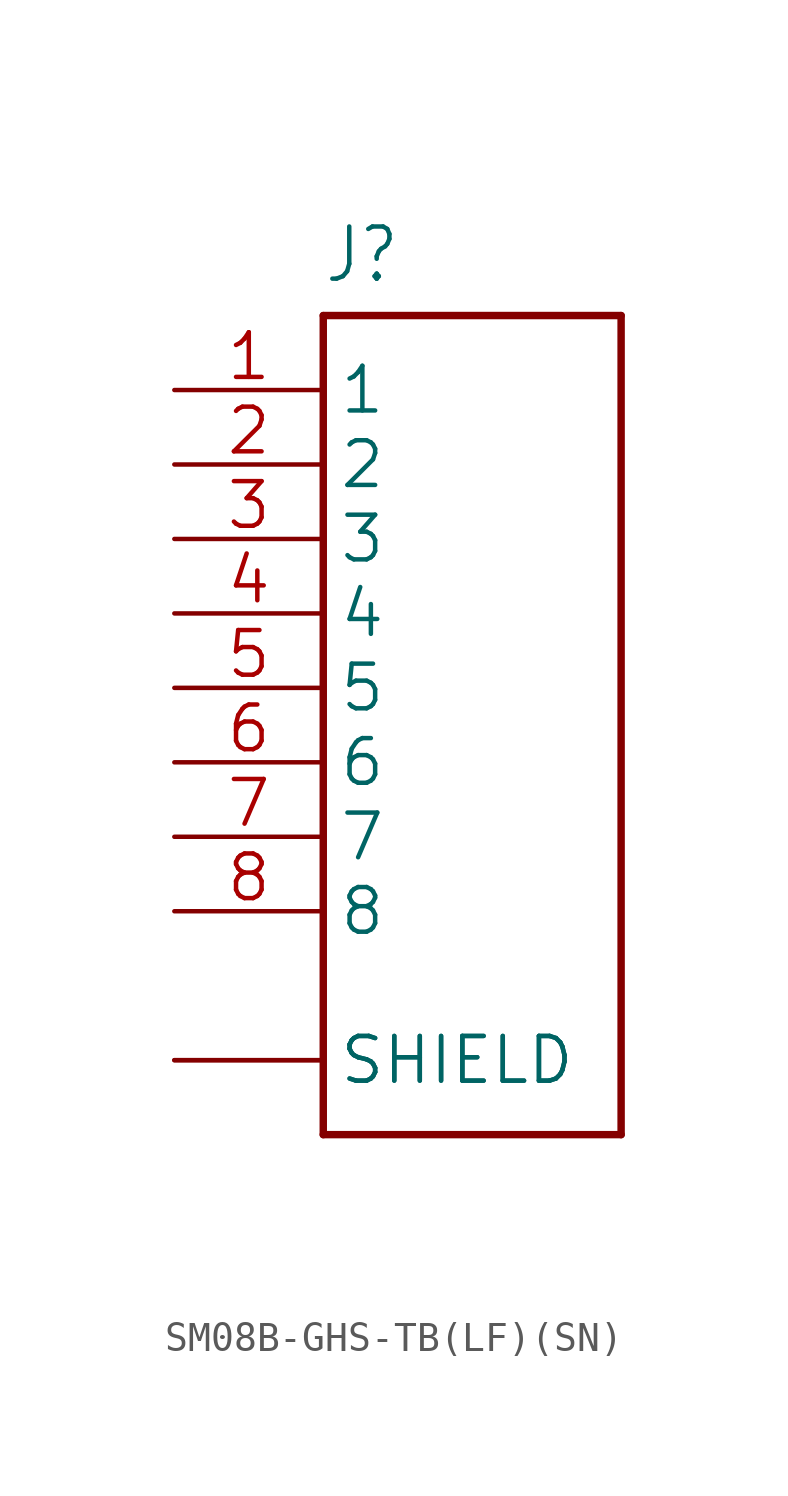
<source format=kicad_sym>
(kicad_symbol_lib
  (version 20241209)
  (generator "kicad_symbol_editor")
  (generator_version "9.0")
  (symbol "SM08B-GHS-TB(LF)(SN)"
    (property "Reference" "J"
      (at -5.086 13.733 0)
      (effects (font (size 1.78 1.513)) (justify left bottom)))
    (property "Value" ""
      (at -5.087 -17.805 0)
      (effects (font (size 1.78 1.513)) (justify left bottom)))
    (property "ki_locked" ""
      (at 0 0 0)
      (effects (font (size 1.27 1.27))))
    (symbol "SM08B-GHS-TB(LF)(SN)_1_0"
      (polyline (pts (xy -5.08 12.7) (xy 5.08 12.7)) (stroke (width 0.254) (type solid)) (fill (type none)))
      (polyline (pts (xy -5.08 -15.24) (xy -5.08 12.7)) (stroke (width 0.254) (type solid)) (fill (type none)))
      (polyline (pts (xy 5.08 12.7) (xy 5.08 -15.24)) (stroke (width 0.254) (type solid)) (fill (type none)))
      (polyline (pts (xy 5.08 -15.24) (xy -5.08 -15.24)) (stroke (width 0.254) (type solid)) (fill (type none)))
      (pin passive line (at -10.16 10.16 0) (length 5.08) (name "1" (effects (font (size 1.524 1.524)))) (number "1" (effects (font (size 1.524 1.524)))))
      (pin passive line (at -10.16 7.62 0) (length 5.08) (name "2" (effects (font (size 1.524 1.524)))) (number "2" (effects (font (size 1.524 1.524)))))
      (pin passive line (at -10.16 5.08 0) (length 5.08) (name "3" (effects (font (size 1.524 1.524)))) (number "3" (effects (font (size 1.524 1.524)))))
      (pin passive line (at -10.16 2.54 0) (length 5.08) (name "4" (effects (font (size 1.524 1.524)))) (number "4" (effects (font (size 1.524 1.524)))))
      (pin passive line (at -10.16 0 0) (length 5.08) (name "5" (effects (font (size 1.524 1.524)))) (number "5" (effects (font (size 1.524 1.524)))))
      (pin passive line (at -10.16 -2.54 0) (length 5.08) (name "6" (effects (font (size 1.524 1.524)))) (number "6" (effects (font (size 1.524 1.524)))))
      (pin passive line (at -10.16 -5.08 0) (length 5.08) (name "7" (effects (font (size 1.524 1.524)))) (number "7" (effects (font (size 1.524 1.524)))))
      (pin passive line (at -10.16 -7.62 0) (length 5.08) (name "8" (effects (font (size 1.524 1.524)))) (number "8" (effects (font (size 1.524 1.524)))))
      (pin passive line (at -10.16 -12.7 0) (length 5.08) (name "SHIELD" (effects (font (size 1.524 1.524)))) (number "SH1" (effects (font (size 0 0)))))
      (pin passive line (at -10.16 -12.7 0) (length 5.08) (name "SHIELD" (effects (font (size 1.524 1.524)))) (number "SH2" (effects (font (size 0 0))))))))
</source>
